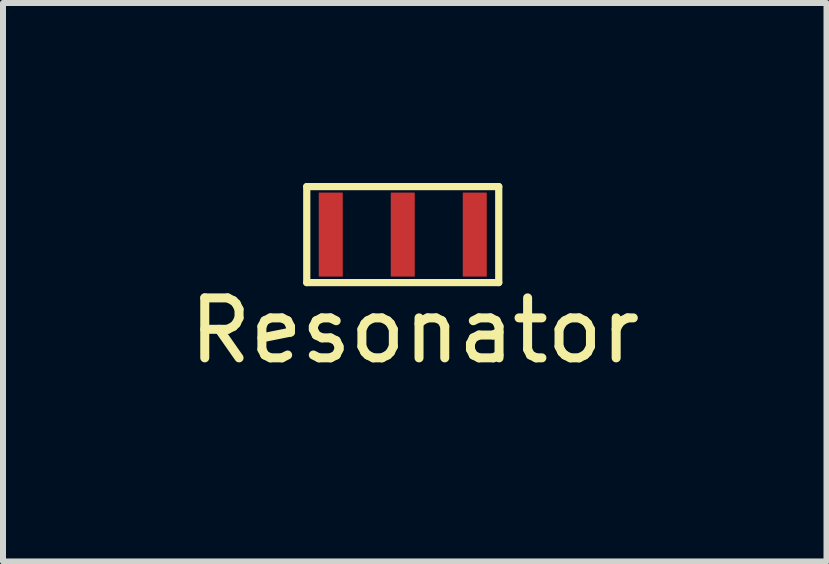
<source format=kicad_pcb>
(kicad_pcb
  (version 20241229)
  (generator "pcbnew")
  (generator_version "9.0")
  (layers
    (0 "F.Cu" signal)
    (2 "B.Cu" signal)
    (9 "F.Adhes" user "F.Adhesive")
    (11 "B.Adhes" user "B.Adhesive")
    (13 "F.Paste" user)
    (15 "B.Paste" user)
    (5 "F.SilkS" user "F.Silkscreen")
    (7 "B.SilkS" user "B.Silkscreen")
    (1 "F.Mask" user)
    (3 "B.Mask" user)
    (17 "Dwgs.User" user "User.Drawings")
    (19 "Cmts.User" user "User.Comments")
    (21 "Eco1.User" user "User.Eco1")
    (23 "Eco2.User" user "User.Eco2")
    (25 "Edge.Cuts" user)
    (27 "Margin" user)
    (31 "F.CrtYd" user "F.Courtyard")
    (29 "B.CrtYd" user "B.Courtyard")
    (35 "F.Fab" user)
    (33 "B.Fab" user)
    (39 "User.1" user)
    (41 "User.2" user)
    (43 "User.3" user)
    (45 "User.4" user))
  (footprint "Resonator"
    (layer "F.Cu")
    (at 3.663 0.86)
    (property "Reference" "Resonator" (at 0.2 1.6 0) (layer "F.SilkS") (effects (font (size 1 1) (thickness 0.15))))
    (attr through_hole)
    (fp_line (start -1.6 -0.8) (end -1.6 0.8) (stroke (width 0.12) (type solid)) (layer "F.SilkS"))
    (fp_line (start -1.6 0.8) (end 1.6 0.8) (stroke (width 0.12) (type solid)) (layer "F.SilkS"))
    (fp_line (start 1.6 -0.8) (end -1.6 -0.8) (stroke (width 0.12) (type solid)) (layer "F.SilkS"))
    (fp_line (start 1.6 0.8) (end 1.6 -0.8) (stroke (width 0.12) (type solid)) (layer "F.SilkS"))
    (pad "1" smd rect (at -1.2 0) (size 0.4 1.4) (layers "F.Cu" "F.Mask" "F.Paste"))
    (pad "2" smd rect (at 0 0) (size 0.4 1.4) (layers "F.Cu" "F.Mask" "F.Paste"))
    (pad "3" smd rect (at 1.2 0) (size 0.4 1.4) (layers "F.Cu" "F.Mask" "F.Paste")))
  (gr_rect
    (start -3 -3)
    (end 10.726 6.308)
    (stroke (width 0.1) (type default))
    (fill no)
    (layer "Edge.Cuts")))
</source>
